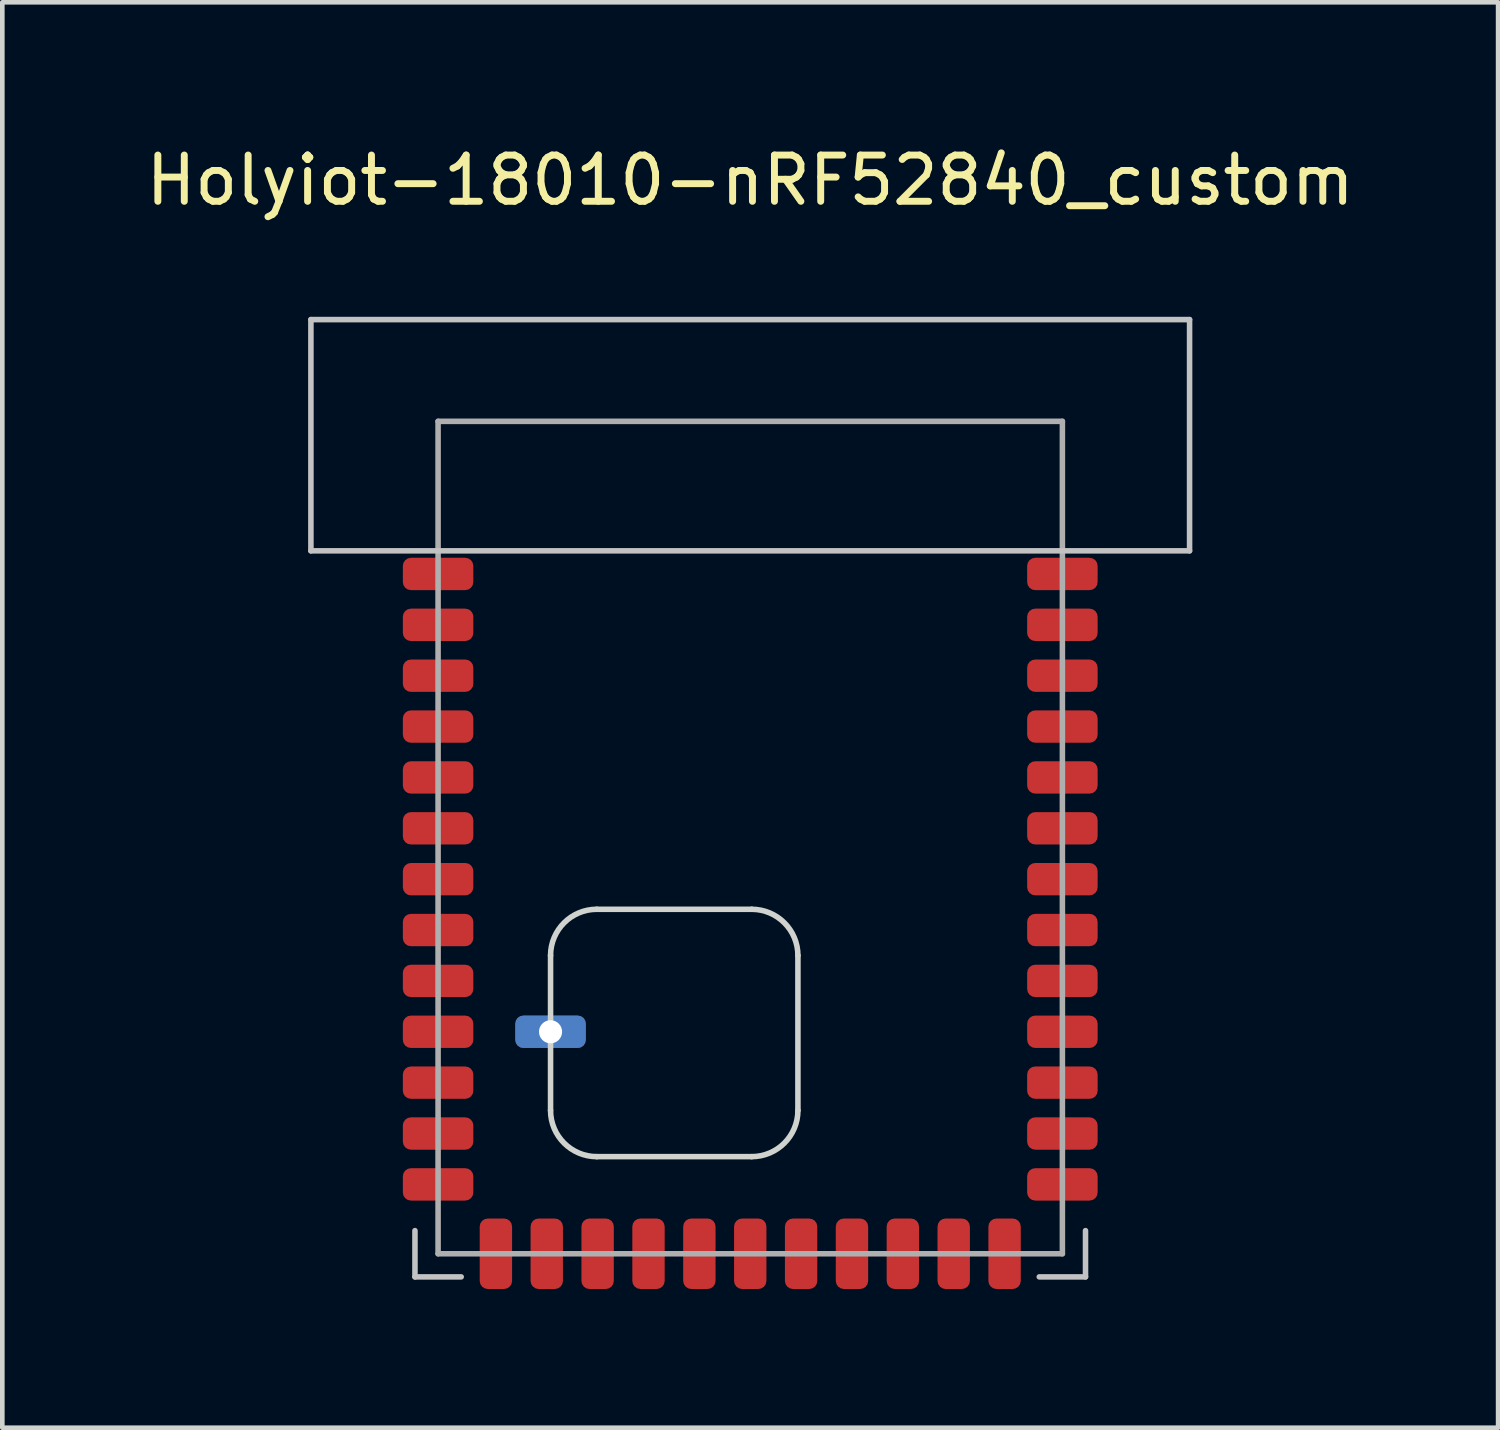
<source format=kicad_pcb>
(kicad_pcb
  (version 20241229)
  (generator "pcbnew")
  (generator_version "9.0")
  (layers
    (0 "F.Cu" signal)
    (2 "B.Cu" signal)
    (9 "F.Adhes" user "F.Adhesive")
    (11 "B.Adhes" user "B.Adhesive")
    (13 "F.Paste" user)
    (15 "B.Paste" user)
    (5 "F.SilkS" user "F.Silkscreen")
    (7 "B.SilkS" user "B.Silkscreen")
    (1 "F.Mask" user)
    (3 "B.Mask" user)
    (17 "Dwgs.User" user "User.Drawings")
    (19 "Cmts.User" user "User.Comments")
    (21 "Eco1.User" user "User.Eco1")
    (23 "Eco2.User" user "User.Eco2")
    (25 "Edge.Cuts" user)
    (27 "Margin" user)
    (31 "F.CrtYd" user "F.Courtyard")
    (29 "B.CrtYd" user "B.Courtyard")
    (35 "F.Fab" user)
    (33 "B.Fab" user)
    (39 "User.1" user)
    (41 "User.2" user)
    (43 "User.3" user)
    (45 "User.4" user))
  (footprint "Holyiot-18010-nRF52840_custom"
    (layer "F.Cu")
    (at 13.173 15.961)
    (property "Reference" "Holyiot-18010-nRF52840_custom" (at 0 -15.113 0) (unlocked yes) (layer "F.SilkS") (effects (font (size 1 1) (thickness 0.15))))
    (attr smd)
    (fp_line (start -9.5 -12.1) (end 9.5 -12.1) (stroke (width 0.12) (type solid)) (layer "Dwgs.User"))
    (fp_line (start -9.5 -7.1) (end -9.5 -12.1) (stroke (width 0.12) (type solid)) (layer "Dwgs.User"))
    (fp_line (start -7.25 7.6) (end -7.25 8.6) (stroke (width 0.12) (type solid)) (layer "Dwgs.User"))
    (fp_line (start -6.25 8.6) (end -7.25 8.6) (stroke (width 0.12) (type solid)) (layer "Dwgs.User"))
    (fp_line (start 6.25 8.6) (end 7.25 8.6) (stroke (width 0.12) (type solid)) (layer "Dwgs.User"))
    (fp_line (start 7.25 7.6) (end 7.25 8.6) (stroke (width 0.12) (type solid)) (layer "Dwgs.User"))
    (fp_line (start 9.5 -12.1) (end 9.5 -7.1) (stroke (width 0.12) (type solid)) (layer "Dwgs.User"))
    (fp_line (start 9.5 -7.1) (end -9.5 -7.1) (stroke (width 0.12) (type solid)) (layer "Dwgs.User"))
    (fp_line (start -4.318 5) (end -4.318 1.651) (stroke (width 0.12) (type solid)) (layer "Edge.Cuts"))
    (fp_line (start 0.031 0.651) (end -3.318 0.651) (stroke (width 0.12) (type solid)) (layer "Edge.Cuts"))
    (fp_line (start 0.031 6) (end -3.318 6) (stroke (width 0.12) (type solid)) (layer "Edge.Cuts"))
    (fp_line (start 1.031 1.651) (end 1.031 5) (stroke (width 0.12) (type solid)) (layer "Edge.Cuts"))
    (fp_arc (start -4.318 1.651) (mid -4.025107 0.943893) (end -3.318 0.651) (stroke (width 0.12) (type solid)) (layer "Edge.Cuts"))
    (fp_arc (start -3.318 6) (mid -4.025107 5.707107) (end -4.318 5) (stroke (width 0.12) (type solid)) (layer "Edge.Cuts"))
    (fp_arc (start 0.031 0.651) (mid 0.738107 0.943893) (end 1.031 1.651) (stroke (width 0.12) (type solid)) (layer "Edge.Cuts"))
    (fp_arc (start 1.031 5) (mid 0.738107 5.707107) (end 0.031 6) (stroke (width 0.12) (type solid)) (layer "Edge.Cuts"))
    (fp_line (start -6.75 -9.9) (end 6.75 -9.9) (stroke (width 0.12) (type solid)) (layer "F.Fab"))
    (fp_line (start -6.75 8.1) (end -6.75 -9.9) (stroke (width 0.12) (type solid)) (layer "F.Fab"))
    (fp_line (start 6.75 -9.9) (end 6.75 8.1) (stroke (width 0.12) (type solid)) (layer "F.Fab"))
    (fp_line (start 6.75 8.1) (end -6.75 8.1) (stroke (width 0.12) (type solid)) (layer "F.Fab"))
    (pad "1" smd roundrect (at -6.75 -6.6) (size 1.524 0.7) (layers "F.Cu" "F.Mask" "F.Paste") (roundrect_rratio 0.25))
    (pad "2" smd roundrect (at -6.75 -5.5) (size 1.524 0.7) (layers "F.Cu" "F.Mask" "F.Paste") (roundrect_rratio 0.25))
    (pad "3" smd roundrect (at -6.75 -4.4) (size 1.524 0.7) (layers "F.Cu" "F.Mask" "F.Paste") (roundrect_rratio 0.25))
    (pad "4" smd roundrect (at -6.75 -3.3) (size 1.524 0.7) (layers "F.Cu" "F.Mask" "F.Paste") (roundrect_rratio 0.25))
    (pad "5" smd roundrect (at -6.75 -2.2) (size 1.524 0.7) (layers "F.Cu" "F.Mask" "F.Paste") (roundrect_rratio 0.25))
    (pad "6" smd roundrect (at -6.75 -1.1) (size 1.524 0.7) (layers "F.Cu" "F.Mask" "F.Paste") (roundrect_rratio 0.25))
    (pad "7" smd roundrect (at -6.75 0) (size 1.524 0.7) (layers "F.Cu" "F.Mask" "F.Paste") (roundrect_rratio 0.25))
    (pad "8" smd roundrect (at -6.75 1.1) (size 1.524 0.7) (layers "F.Cu" "F.Mask" "F.Paste") (roundrect_rratio 0.25))
    (pad "9" smd roundrect (at -6.75 2.2) (size 1.524 0.7) (layers "F.Cu" "F.Mask" "F.Paste") (roundrect_rratio 0.25))
    (pad "10" smd roundrect (at -6.75 3.3) (size 1.524 0.7) (layers "F.Cu" "F.Mask" "F.Paste") (roundrect_rratio 0.25))
    (pad "11" smd roundrect (at -6.75 4.4) (size 1.524 0.7) (layers "F.Cu" "F.Mask" "F.Paste") (roundrect_rratio 0.25))
    (pad "12" smd roundrect (at -6.75 5.5) (size 1.524 0.7) (layers "F.Cu" "F.Mask" "F.Paste") (roundrect_rratio 0.25))
    (pad "13" smd roundrect (at -6.75 6.6) (size 1.524 0.7) (layers "F.Cu" "F.Mask" "F.Paste") (roundrect_rratio 0.25))
    (pad "14" smd roundrect (at -5.5 8.1 90) (size 1.524 0.7) (layers "F.Cu" "F.Mask" "F.Paste") (roundrect_rratio 0.25))
    (pad "15" smd roundrect (at -4.4 8.1 90) (size 1.524 0.7) (layers "F.Cu" "F.Mask" "F.Paste") (roundrect_rratio 0.25))
    (pad "16" smd roundrect (at -3.3 8.1 90) (size 1.524 0.7) (layers "F.Cu" "F.Mask" "F.Paste") (roundrect_rratio 0.25))
    (pad "17" smd roundrect (at -2.2 8.1 90) (size 1.524 0.7) (layers "F.Cu" "F.Mask" "F.Paste") (roundrect_rratio 0.25))
    (pad "18" smd roundrect (at -1.1 8.1 90) (size 1.524 0.7) (layers "F.Cu" "F.Mask" "F.Paste") (roundrect_rratio 0.25))
    (pad "19" smd roundrect (at 0 8.1 90) (size 1.524 0.7) (layers "F.Cu" "F.Mask" "F.Paste") (roundrect_rratio 0.25))
    (pad "20" smd roundrect (at 1.1 8.1 90) (size 1.524 0.7) (layers "F.Cu" "F.Mask" "F.Paste") (roundrect_rratio 0.25))
    (pad "21" smd roundrect (at 2.2 8.1 90) (size 1.524 0.7) (layers "F.Cu" "F.Mask" "F.Paste") (roundrect_rratio 0.25))
    (pad "22" smd roundrect (at 3.3 8.1 90) (size 1.524 0.7) (layers "F.Cu" "F.Mask" "F.Paste") (roundrect_rratio 0.25))
    (pad "23" smd roundrect (at 4.4 8.1 90) (size 1.524 0.7) (layers "F.Cu" "F.Mask" "F.Paste") (roundrect_rratio 0.25))
    (pad "24" smd roundrect (at 5.5 8.1 90) (size 1.524 0.7) (layers "F.Cu" "F.Mask" "F.Paste") (roundrect_rratio 0.25))
    (pad "25" smd roundrect (at 6.75 6.6 180) (size 1.524 0.7) (layers "F.Cu" "F.Mask" "F.Paste") (roundrect_rratio 0.25))
    (pad "26" smd roundrect (at 6.75 5.5 180) (size 1.524 0.7) (layers "F.Cu" "F.Mask" "F.Paste") (roundrect_rratio 0.25))
    (pad "27" smd roundrect (at 6.75 4.4 180) (size 1.524 0.7) (layers "F.Cu" "F.Mask" "F.Paste") (roundrect_rratio 0.25))
    (pad "28" smd roundrect (at 6.75 3.3 180) (size 1.524 0.7) (layers "F.Cu" "F.Mask" "F.Paste") (roundrect_rratio 0.25))
    (pad "29" smd roundrect (at 6.75 2.2 180) (size 1.524 0.7) (layers "F.Cu" "F.Mask" "F.Paste") (roundrect_rratio 0.25))
    (pad "30" smd roundrect (at 6.75 1.1 180) (size 1.524 0.7) (layers "F.Cu" "F.Mask" "F.Paste") (roundrect_rratio 0.25))
    (pad "31" smd roundrect (at 6.75 0 180) (size 1.524 0.7) (layers "F.Cu" "F.Mask" "F.Paste") (roundrect_rratio 0.25))
    (pad "32" smd roundrect (at 6.75 -1.1 180) (size 1.524 0.7) (layers "F.Cu" "F.Mask" "F.Paste") (roundrect_rratio 0.25))
    (pad "33" smd roundrect (at 6.75 -2.2 180) (size 1.524 0.7) (layers "F.Cu" "F.Mask" "F.Paste") (roundrect_rratio 0.25))
    (pad "34" smd roundrect (at 6.75 -3.3 180) (size 1.524 0.7) (layers "F.Cu" "F.Mask" "F.Paste") (roundrect_rratio 0.25))
    (pad "35" smd roundrect (at 6.75 -4.4 180) (size 1.524 0.7) (layers "F.Cu" "F.Mask" "F.Paste") (roundrect_rratio 0.25))
    (pad "36" smd roundrect (at 6.75 -5.5 180) (size 1.524 0.7) (layers "F.Cu" "F.Mask" "F.Paste") (roundrect_rratio 0.25))
    (pad "37" smd roundrect (at 6.75 -6.6 180) (size 1.524 0.7) (layers "F.Cu" "F.Mask" "F.Paste") (roundrect_rratio 0.25))
    (pad "45" thru_hole roundrect (at -4.318 3.3 180) (size 1.524 0.7) (drill 0.5) (layers "*.Cu" "*.Mask") (roundrect_rratio 0.25)))
  (gr_rect
    (start -3 -3)
    (end 29.345 27.823)
    (stroke (width 0.1) (type default))
    (fill no)
    (layer "Edge.Cuts")))
</source>
